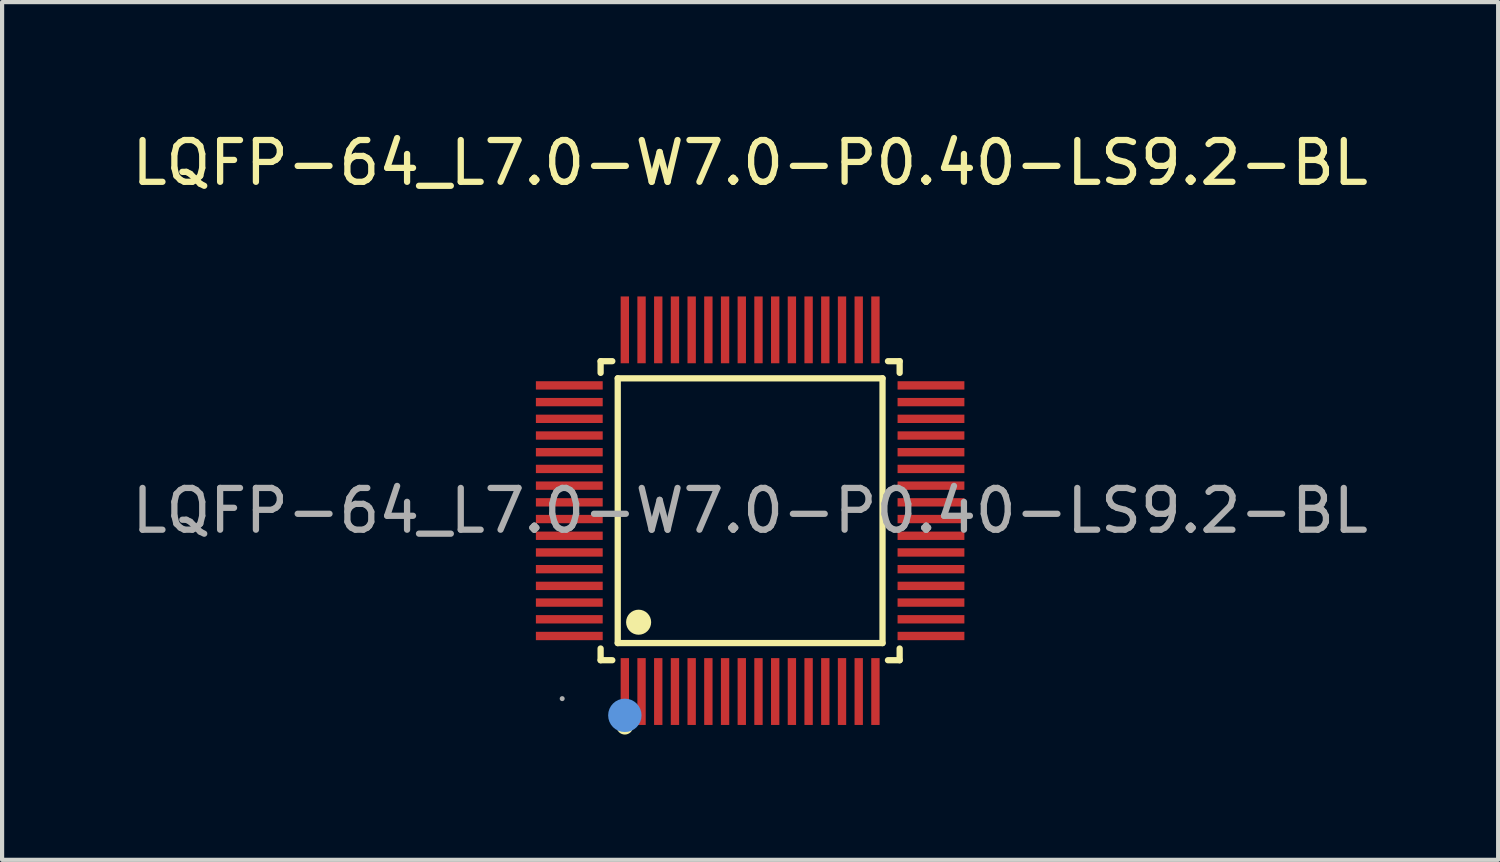
<source format=kicad_pcb>
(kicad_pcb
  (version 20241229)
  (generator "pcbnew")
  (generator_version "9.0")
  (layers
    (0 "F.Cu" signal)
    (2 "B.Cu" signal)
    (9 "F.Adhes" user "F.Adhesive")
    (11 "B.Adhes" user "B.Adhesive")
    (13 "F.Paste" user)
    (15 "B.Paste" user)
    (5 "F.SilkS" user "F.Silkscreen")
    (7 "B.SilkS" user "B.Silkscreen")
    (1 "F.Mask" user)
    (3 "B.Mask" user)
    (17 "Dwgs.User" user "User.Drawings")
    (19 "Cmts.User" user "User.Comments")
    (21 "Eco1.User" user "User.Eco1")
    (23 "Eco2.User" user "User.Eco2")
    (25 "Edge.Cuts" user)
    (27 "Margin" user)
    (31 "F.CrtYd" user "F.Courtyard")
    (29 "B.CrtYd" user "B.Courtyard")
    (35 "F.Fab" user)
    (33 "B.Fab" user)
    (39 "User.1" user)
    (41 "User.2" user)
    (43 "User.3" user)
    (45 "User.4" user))
  (footprint "LQFP-64_L7.0-W7.0-P0.40-LS9.2-BL"
    (layer "F.Cu")
    (at 14.911 9.178)
    (property "Reference" "LQFP-64_L7.0-W7.0-P0.40-LS9.2-BL" (at 0 -8.33 0) (layer "F.SilkS") (effects (font (size 1 1) (thickness 0.15))))
    (attr through_hole)
    (fp_line (start -3.58 -3.58) (end -3.3 -3.58) (stroke (width 0.15) (type solid)) (layer "F.SilkS"))
    (fp_line (start -3.58 -3.3) (end -3.58 -3.58) (stroke (width 0.15) (type solid)) (layer "F.SilkS"))
    (fp_line (start -3.58 3.3) (end -3.58 3.58) (stroke (width 0.15) (type solid)) (layer "F.SilkS"))
    (fp_line (start -3.58 3.58) (end -3.3 3.58) (stroke (width 0.15) (type solid)) (layer "F.SilkS"))
    (fp_line (start -3.17 -3.17) (end 3.17 -3.17) (stroke (width 0.15) (type solid)) (layer "F.SilkS"))
    (fp_line (start -3.17 3.17) (end -3.17 -3.17) (stroke (width 0.15) (type solid)) (layer "F.SilkS"))
    (fp_line (start 3.17 -3.17) (end 3.17 3.17) (stroke (width 0.15) (type solid)) (layer "F.SilkS"))
    (fp_line (start 3.17 3.17) (end -3.17 3.17) (stroke (width 0.15) (type solid)) (layer "F.SilkS"))
    (fp_line (start 3.58 -3.58) (end 3.3 -3.58) (stroke (width 0.15) (type solid)) (layer "F.SilkS"))
    (fp_line (start 3.58 -3.3) (end 3.58 -3.58) (stroke (width 0.15) (type solid)) (layer "F.SilkS"))
    (fp_line (start 3.58 3.3) (end 3.58 3.58) (stroke (width 0.15) (type solid)) (layer "F.SilkS"))
    (fp_line (start 3.58 3.58) (end 3.3 3.58) (stroke (width 0.15) (type solid)) (layer "F.SilkS"))
    (fp_circle (center -3 5.16) (end -2.9 5.16) (stroke (width 0.2) (type solid)) (fill no) (layer "F.SilkS"))
    (fp_circle (center -2.67 2.67) (end -2.52 2.67) (stroke (width 0.3) (type solid)) (fill no) (layer "F.SilkS"))
    (fp_circle (center -3 4.9) (end -2.8 4.9) (stroke (width 0.4) (type solid)) (fill no) (layer "Cmts.User"))
    (fp_circle (center -4.5 4.5) (end -4.47 4.5) (stroke (width 0.06) (type solid)) (fill no) (layer "F.Fab"))
    (fp_text user "${REFERENCE}" (at 0 0 0) (layer "F.Fab") (effects (font (size 1 1) (thickness 0.15))))
    (pad "1" smd rect (at -3 4.33) (size 0.2 1.6) (layers "F.Cu" "F.Mask" "F.Paste"))
    (pad "2" smd rect (at -2.6 4.33) (size 0.2 1.6) (layers "F.Cu" "F.Mask" "F.Paste"))
    (pad "3" smd rect (at -2.2 4.33) (size 0.2 1.6) (layers "F.Cu" "F.Mask" "F.Paste"))
    (pad "4" smd rect (at -1.8 4.33) (size 0.2 1.6) (layers "F.Cu" "F.Mask" "F.Paste"))
    (pad "5" smd rect (at -1.4 4.33) (size 0.2 1.6) (layers "F.Cu" "F.Mask" "F.Paste"))
    (pad "6" smd rect (at -1 4.33) (size 0.2 1.6) (layers "F.Cu" "F.Mask" "F.Paste"))
    (pad "7" smd rect (at -0.6 4.33) (size 0.2 1.6) (layers "F.Cu" "F.Mask" "F.Paste"))
    (pad "8" smd rect (at -0.2 4.33) (size 0.2 1.6) (layers "F.Cu" "F.Mask" "F.Paste"))
    (pad "9" smd rect (at 0.2 4.33) (size 0.2 1.6) (layers "F.Cu" "F.Mask" "F.Paste"))
    (pad "10" smd rect (at 0.6 4.33) (size 0.2 1.6) (layers "F.Cu" "F.Mask" "F.Paste"))
    (pad "11" smd rect (at 1 4.33) (size 0.2 1.6) (layers "F.Cu" "F.Mask" "F.Paste"))
    (pad "12" smd rect (at 1.4 4.33) (size 0.2 1.6) (layers "F.Cu" "F.Mask" "F.Paste"))
    (pad "13" smd rect (at 1.8 4.33) (size 0.2 1.6) (layers "F.Cu" "F.Mask" "F.Paste"))
    (pad "14" smd rect (at 2.2 4.33) (size 0.2 1.6) (layers "F.Cu" "F.Mask" "F.Paste"))
    (pad "15" smd rect (at 2.6 4.33) (size 0.2 1.6) (layers "F.Cu" "F.Mask" "F.Paste"))
    (pad "16" smd rect (at 3 4.33) (size 0.2 1.6) (layers "F.Cu" "F.Mask" "F.Paste"))
    (pad "17" smd rect (at 4.33 3) (size 1.6 0.2) (layers "F.Cu" "F.Mask" "F.Paste"))
    (pad "18" smd rect (at 4.33 2.6) (size 1.6 0.2) (layers "F.Cu" "F.Mask" "F.Paste"))
    (pad "19" smd rect (at 4.33 2.2) (size 1.6 0.2) (layers "F.Cu" "F.Mask" "F.Paste"))
    (pad "20" smd rect (at 4.33 1.8) (size 1.6 0.2) (layers "F.Cu" "F.Mask" "F.Paste"))
    (pad "21" smd rect (at 4.33 1.4) (size 1.6 0.2) (layers "F.Cu" "F.Mask" "F.Paste"))
    (pad "22" smd rect (at 4.33 1) (size 1.6 0.2) (layers "F.Cu" "F.Mask" "F.Paste"))
    (pad "23" smd rect (at 4.33 0.6) (size 1.6 0.2) (layers "F.Cu" "F.Mask" "F.Paste"))
    (pad "24" smd rect (at 4.33 0.2) (size 1.6 0.2) (layers "F.Cu" "F.Mask" "F.Paste"))
    (pad "25" smd rect (at 4.33 -0.2) (size 1.6 0.2) (layers "F.Cu" "F.Mask" "F.Paste"))
    (pad "26" smd rect (at 4.33 -0.6) (size 1.6 0.2) (layers "F.Cu" "F.Mask" "F.Paste"))
    (pad "27" smd rect (at 4.33 -1) (size 1.6 0.2) (layers "F.Cu" "F.Mask" "F.Paste"))
    (pad "28" smd rect (at 4.33 -1.4) (size 1.6 0.2) (layers "F.Cu" "F.Mask" "F.Paste"))
    (pad "29" smd rect (at 4.33 -1.8) (size 1.6 0.2) (layers "F.Cu" "F.Mask" "F.Paste"))
    (pad "30" smd rect (at 4.33 -2.2) (size 1.6 0.2) (layers "F.Cu" "F.Mask" "F.Paste"))
    (pad "31" smd rect (at 4.33 -2.6) (size 1.6 0.2) (layers "F.Cu" "F.Mask" "F.Paste"))
    (pad "32" smd rect (at 4.33 -3) (size 1.6 0.2) (layers "F.Cu" "F.Mask" "F.Paste"))
    (pad "33" smd rect (at 3 -4.33) (size 0.2 1.6) (layers "F.Cu" "F.Mask" "F.Paste"))
    (pad "34" smd rect (at 2.6 -4.33) (size 0.2 1.6) (layers "F.Cu" "F.Mask" "F.Paste"))
    (pad "35" smd rect (at 2.2 -4.33) (size 0.2 1.6) (layers "F.Cu" "F.Mask" "F.Paste"))
    (pad "36" smd rect (at 1.8 -4.33) (size 0.2 1.6) (layers "F.Cu" "F.Mask" "F.Paste"))
    (pad "37" smd rect (at 1.4 -4.33) (size 0.2 1.6) (layers "F.Cu" "F.Mask" "F.Paste"))
    (pad "38" smd rect (at 1 -4.33) (size 0.2 1.6) (layers "F.Cu" "F.Mask" "F.Paste"))
    (pad "39" smd rect (at 0.6 -4.33) (size 0.2 1.6) (layers "F.Cu" "F.Mask" "F.Paste"))
    (pad "40" smd rect (at 0.2 -4.33) (size 0.2 1.6) (layers "F.Cu" "F.Mask" "F.Paste"))
    (pad "41" smd rect (at -0.2 -4.33) (size 0.2 1.6) (layers "F.Cu" "F.Mask" "F.Paste"))
    (pad "42" smd rect (at -0.6 -4.33) (size 0.2 1.6) (layers "F.Cu" "F.Mask" "F.Paste"))
    (pad "43" smd rect (at -1 -4.33) (size 0.2 1.6) (layers "F.Cu" "F.Mask" "F.Paste"))
    (pad "44" smd rect (at -1.4 -4.33) (size 0.2 1.6) (layers "F.Cu" "F.Mask" "F.Paste"))
    (pad "45" smd rect (at -1.8 -4.33) (size 0.2 1.6) (layers "F.Cu" "F.Mask" "F.Paste"))
    (pad "46" smd rect (at -2.2 -4.33) (size 0.2 1.6) (layers "F.Cu" "F.Mask" "F.Paste"))
    (pad "47" smd rect (at -2.6 -4.33) (size 0.2 1.6) (layers "F.Cu" "F.Mask" "F.Paste"))
    (pad "48" smd rect (at -3 -4.33) (size 0.2 1.6) (layers "F.Cu" "F.Mask" "F.Paste"))
    (pad "49" smd rect (at -4.33 -3) (size 1.6 0.2) (layers "F.Cu" "F.Mask" "F.Paste"))
    (pad "50" smd rect (at -4.33 -2.6) (size 1.6 0.2) (layers "F.Cu" "F.Mask" "F.Paste"))
    (pad "51" smd rect (at -4.33 -2.2) (size 1.6 0.2) (layers "F.Cu" "F.Mask" "F.Paste"))
    (pad "52" smd rect (at -4.33 -1.8) (size 1.6 0.2) (layers "F.Cu" "F.Mask" "F.Paste"))
    (pad "53" smd rect (at -4.33 -1.4) (size 1.6 0.2) (layers "F.Cu" "F.Mask" "F.Paste"))
    (pad "54" smd rect (at -4.33 -1) (size 1.6 0.2) (layers "F.Cu" "F.Mask" "F.Paste"))
    (pad "55" smd rect (at -4.33 -0.6) (size 1.6 0.2) (layers "F.Cu" "F.Mask" "F.Paste"))
    (pad "56" smd rect (at -4.33 -0.2) (size 1.6 0.2) (layers "F.Cu" "F.Mask" "F.Paste"))
    (pad "57" smd rect (at -4.33 0.2) (size 1.6 0.2) (layers "F.Cu" "F.Mask" "F.Paste"))
    (pad "58" smd rect (at -4.33 0.6) (size 1.6 0.2) (layers "F.Cu" "F.Mask" "F.Paste"))
    (pad "59" smd rect (at -4.33 1) (size 1.6 0.2) (layers "F.Cu" "F.Mask" "F.Paste"))
    (pad "60" smd rect (at -4.33 1.4) (size 1.6 0.2) (layers "F.Cu" "F.Mask" "F.Paste"))
    (pad "61" smd rect (at -4.33 1.8) (size 1.6 0.2) (layers "F.Cu" "F.Mask" "F.Paste"))
    (pad "62" smd rect (at -4.33 2.2) (size 1.6 0.2) (layers "F.Cu" "F.Mask" "F.Paste"))
    (pad "63" smd rect (at -4.33 2.6) (size 1.6 0.2) (layers "F.Cu" "F.Mask" "F.Paste"))
    (pad "64" smd rect (at -4.33 3) (size 1.6 0.2) (layers "F.Cu" "F.Mask" "F.Paste")))
  (gr_rect
    (start -3 -3)
    (end 32.821 17.538)
    (stroke (width 0.1) (type default))
    (fill no)
    (layer "Edge.Cuts")))
</source>
